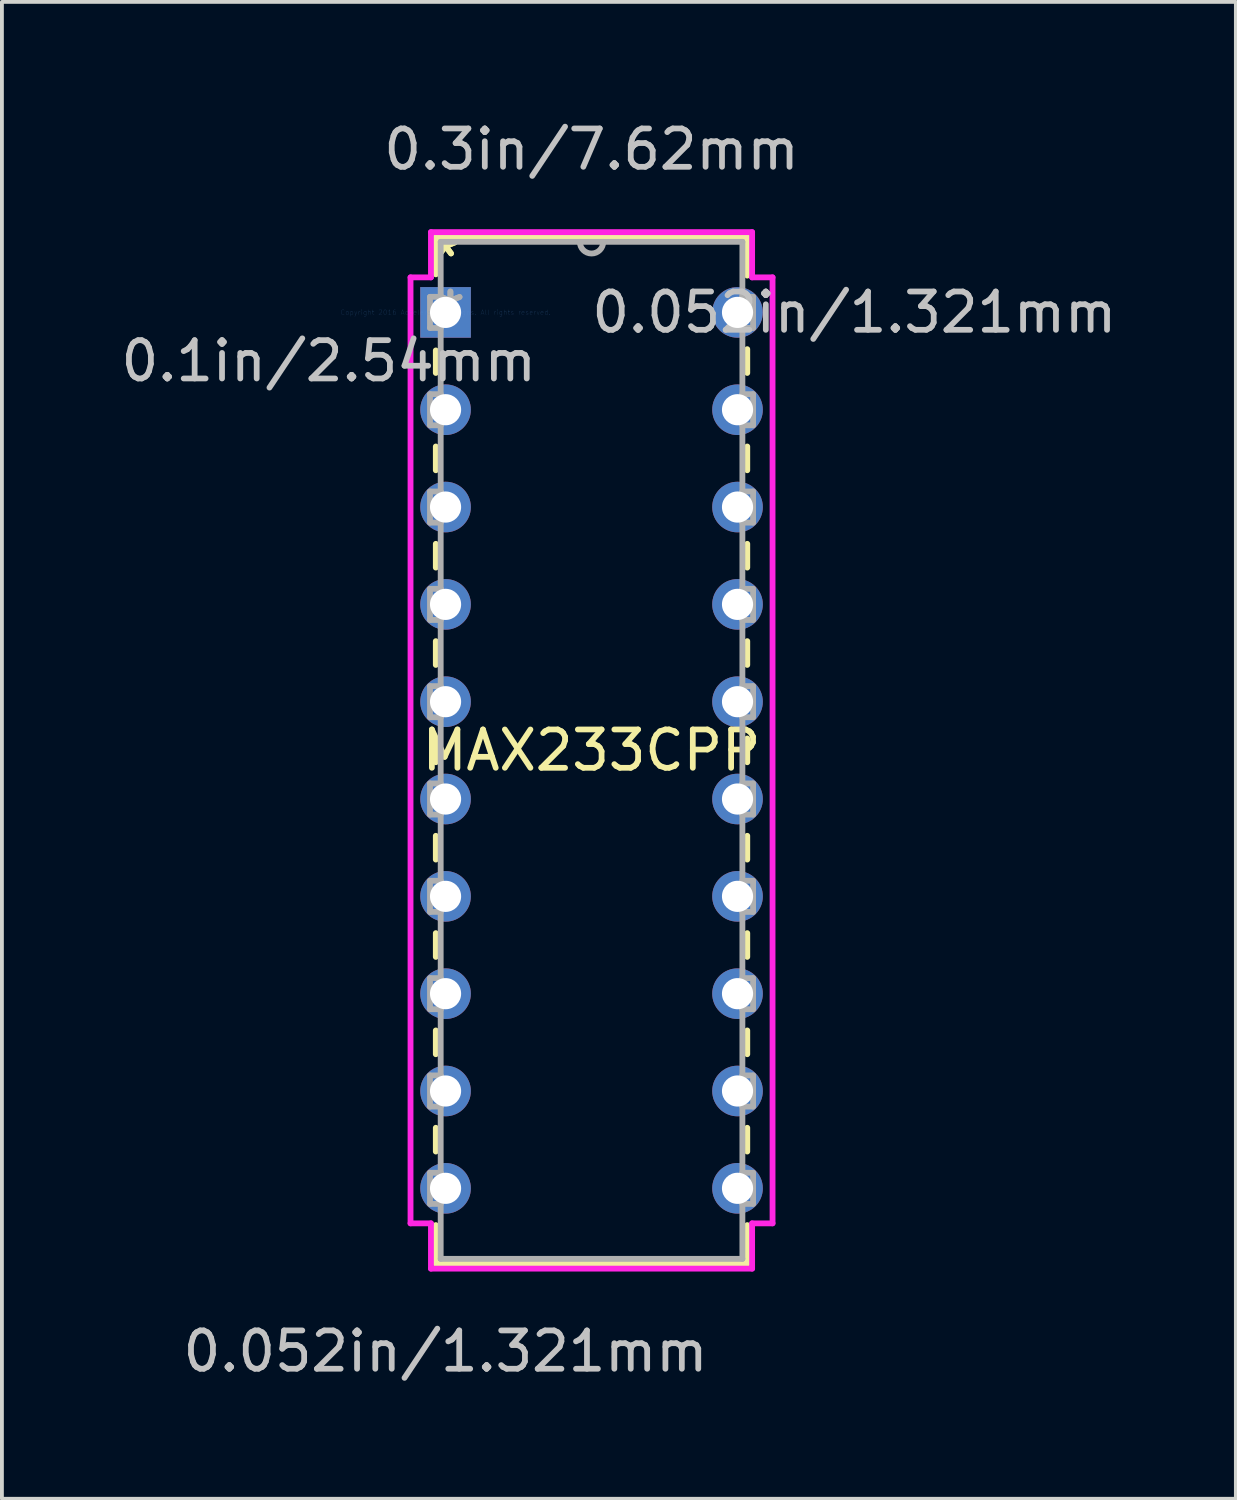
<source format=kicad_pcb>
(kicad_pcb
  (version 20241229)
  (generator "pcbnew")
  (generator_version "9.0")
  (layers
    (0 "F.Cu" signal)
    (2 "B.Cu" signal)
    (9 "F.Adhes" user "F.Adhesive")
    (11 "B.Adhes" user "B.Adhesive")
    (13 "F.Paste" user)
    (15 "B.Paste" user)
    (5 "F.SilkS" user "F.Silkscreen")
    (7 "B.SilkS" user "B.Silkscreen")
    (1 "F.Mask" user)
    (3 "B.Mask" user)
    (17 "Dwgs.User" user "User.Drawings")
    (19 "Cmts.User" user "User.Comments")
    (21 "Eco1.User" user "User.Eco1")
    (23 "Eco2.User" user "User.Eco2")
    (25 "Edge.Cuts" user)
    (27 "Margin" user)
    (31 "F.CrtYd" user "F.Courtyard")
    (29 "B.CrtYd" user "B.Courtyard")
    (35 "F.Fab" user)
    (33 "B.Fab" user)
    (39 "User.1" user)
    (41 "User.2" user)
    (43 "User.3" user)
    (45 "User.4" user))
  (footprint "MAX233CPP"
    (layer "F.Cu")
    (at 8.578 5.103)
    (property "Reference" "MAX233CPP" (at 3.81 11.43 0) (layer "F.SilkS") (effects (font (size 1 1) (thickness 0.15))))
    (attr through_hole)
    (fp_line (start -0.254 -1.968) (end -0.254 -0.993) (stroke (width 0.152) (type solid)) (layer "F.SilkS"))
    (fp_line (start -0.254 0.993) (end -0.254 1.58) (stroke (width 0.152) (type solid)) (layer "F.SilkS"))
    (fp_line (start -0.254 3.5) (end -0.254 4.12) (stroke (width 0.152) (type solid)) (layer "F.SilkS"))
    (fp_line (start -0.254 6.04) (end -0.254 6.66) (stroke (width 0.152) (type solid)) (layer "F.SilkS"))
    (fp_line (start -0.254 8.58) (end -0.254 9.2) (stroke (width 0.152) (type solid)) (layer "F.SilkS"))
    (fp_line (start -0.254 11.12) (end -0.254 11.74) (stroke (width 0.152) (type solid)) (layer "F.SilkS"))
    (fp_line (start -0.254 13.66) (end -0.254 14.28) (stroke (width 0.152) (type solid)) (layer "F.SilkS"))
    (fp_line (start -0.254 16.2) (end -0.254 16.82) (stroke (width 0.152) (type solid)) (layer "F.SilkS"))
    (fp_line (start -0.254 18.74) (end -0.254 19.36) (stroke (width 0.152) (type solid)) (layer "F.SilkS"))
    (fp_line (start -0.254 21.28) (end -0.254 21.9) (stroke (width 0.152) (type solid)) (layer "F.SilkS"))
    (fp_line (start -0.254 23.82) (end -0.254 24.828) (stroke (width 0.152) (type solid)) (layer "F.SilkS"))
    (fp_line (start -0.254 24.828) (end 7.874 24.828) (stroke (width 0.152) (type solid)) (layer "F.SilkS"))
    (fp_line (start 7.874 -1.968) (end -0.254 -1.968) (stroke (width 0.152) (type solid)) (layer "F.SilkS"))
    (fp_line (start 7.874 -0.96) (end 7.874 -1.968) (stroke (width 0.152) (type solid)) (layer "F.SilkS"))
    (fp_line (start 7.874 1.58) (end 7.874 0.96) (stroke (width 0.152) (type solid)) (layer "F.SilkS"))
    (fp_line (start 7.874 4.12) (end 7.874 3.5) (stroke (width 0.152) (type solid)) (layer "F.SilkS"))
    (fp_line (start 7.874 6.66) (end 7.874 6.04) (stroke (width 0.152) (type solid)) (layer "F.SilkS"))
    (fp_line (start 7.874 9.2) (end 7.874 8.58) (stroke (width 0.152) (type solid)) (layer "F.SilkS"))
    (fp_line (start 7.874 11.74) (end 7.874 11.12) (stroke (width 0.152) (type solid)) (layer "F.SilkS"))
    (fp_line (start 7.874 14.28) (end 7.874 13.66) (stroke (width 0.152) (type solid)) (layer "F.SilkS"))
    (fp_line (start 7.874 16.82) (end 7.874 16.2) (stroke (width 0.152) (type solid)) (layer "F.SilkS"))
    (fp_line (start 7.874 19.36) (end 7.874 18.74) (stroke (width 0.152) (type solid)) (layer "F.SilkS"))
    (fp_line (start 7.874 21.9) (end 7.874 21.28) (stroke (width 0.152) (type solid)) (layer "F.SilkS"))
    (fp_line (start 7.874 24.828) (end 7.874 23.82) (stroke (width 0.152) (type solid)) (layer "F.SilkS"))
    (fp_line (start -0.914 -0.914) (end -0.914 23.774) (stroke (width 0.152) (type solid)) (layer "F.CrtYd"))
    (fp_line (start -0.914 23.774) (end -0.381 23.774) (stroke (width 0.152) (type solid)) (layer "F.CrtYd"))
    (fp_line (start -0.381 -2.095) (end -0.381 -0.914) (stroke (width 0.152) (type solid)) (layer "F.CrtYd"))
    (fp_line (start -0.381 -0.914) (end -0.914 -0.914) (stroke (width 0.152) (type solid)) (layer "F.CrtYd"))
    (fp_line (start -0.381 23.774) (end -0.381 24.956) (stroke (width 0.152) (type solid)) (layer "F.CrtYd"))
    (fp_line (start -0.381 24.956) (end 8.001 24.956) (stroke (width 0.152) (type solid)) (layer "F.CrtYd"))
    (fp_line (start 8.001 -2.095) (end -0.381 -2.095) (stroke (width 0.152) (type solid)) (layer "F.CrtYd"))
    (fp_line (start 8.001 -0.914) (end 8.001 -2.095) (stroke (width 0.152) (type solid)) (layer "F.CrtYd"))
    (fp_line (start 8.001 23.774) (end 8.534 23.774) (stroke (width 0.152) (type solid)) (layer "F.CrtYd"))
    (fp_line (start 8.001 24.956) (end 8.001 23.774) (stroke (width 0.152) (type solid)) (layer "F.CrtYd"))
    (fp_line (start 8.534 -0.914) (end 8.001 -0.914) (stroke (width 0.152) (type solid)) (layer "F.CrtYd"))
    (fp_line (start 8.534 23.774) (end 8.534 -0.914) (stroke (width 0.152) (type solid)) (layer "F.CrtYd"))
    (fp_line (start -0.406 -0.406) (end -0.406 0.406) (stroke (width 0.152) (type solid)) (layer "F.Fab"))
    (fp_line (start -0.406 0.406) (end -0.127 0.406) (stroke (width 0.152) (type solid)) (layer "F.Fab"))
    (fp_line (start -0.406 2.134) (end -0.406 2.946) (stroke (width 0.152) (type solid)) (layer "F.Fab"))
    (fp_line (start -0.406 2.946) (end -0.127 2.946) (stroke (width 0.152) (type solid)) (layer "F.Fab"))
    (fp_line (start -0.406 4.674) (end -0.406 5.486) (stroke (width 0.152) (type solid)) (layer "F.Fab"))
    (fp_line (start -0.406 5.486) (end -0.127 5.486) (stroke (width 0.152) (type solid)) (layer "F.Fab"))
    (fp_line (start -0.406 7.214) (end -0.406 8.026) (stroke (width 0.152) (type solid)) (layer "F.Fab"))
    (fp_line (start -0.406 8.026) (end -0.127 8.026) (stroke (width 0.152) (type solid)) (layer "F.Fab"))
    (fp_line (start -0.406 9.754) (end -0.406 10.566) (stroke (width 0.152) (type solid)) (layer "F.Fab"))
    (fp_line (start -0.406 10.566) (end -0.127 10.566) (stroke (width 0.152) (type solid)) (layer "F.Fab"))
    (fp_line (start -0.406 12.294) (end -0.406 13.106) (stroke (width 0.152) (type solid)) (layer "F.Fab"))
    (fp_line (start -0.406 13.106) (end -0.127 13.106) (stroke (width 0.152) (type solid)) (layer "F.Fab"))
    (fp_line (start -0.406 14.834) (end -0.406 15.646) (stroke (width 0.152) (type solid)) (layer "F.Fab"))
    (fp_line (start -0.406 15.646) (end -0.127 15.646) (stroke (width 0.152) (type solid)) (layer "F.Fab"))
    (fp_line (start -0.406 17.374) (end -0.406 18.186) (stroke (width 0.152) (type solid)) (layer "F.Fab"))
    (fp_line (start -0.406 18.186) (end -0.127 18.186) (stroke (width 0.152) (type solid)) (layer "F.Fab"))
    (fp_line (start -0.406 19.914) (end -0.406 20.726) (stroke (width 0.152) (type solid)) (layer "F.Fab"))
    (fp_line (start -0.406 20.726) (end -0.127 20.726) (stroke (width 0.152) (type solid)) (layer "F.Fab"))
    (fp_line (start -0.406 22.454) (end -0.406 23.266) (stroke (width 0.152) (type solid)) (layer "F.Fab"))
    (fp_line (start -0.406 23.266) (end -0.127 23.266) (stroke (width 0.152) (type solid)) (layer "F.Fab"))
    (fp_line (start -0.127 -1.841) (end -0.127 24.701) (stroke (width 0.152) (type solid)) (layer "F.Fab"))
    (fp_line (start -0.127 -0.406) (end -0.406 -0.406) (stroke (width 0.152) (type solid)) (layer "F.Fab"))
    (fp_line (start -0.127 0.406) (end -0.127 -0.406) (stroke (width 0.152) (type solid)) (layer "F.Fab"))
    (fp_line (start -0.127 2.134) (end -0.406 2.134) (stroke (width 0.152) (type solid)) (layer "F.Fab"))
    (fp_line (start -0.127 2.946) (end -0.127 2.134) (stroke (width 0.152) (type solid)) (layer "F.Fab"))
    (fp_line (start -0.127 4.674) (end -0.406 4.674) (stroke (width 0.152) (type solid)) (layer "F.Fab"))
    (fp_line (start -0.127 5.486) (end -0.127 4.674) (stroke (width 0.152) (type solid)) (layer "F.Fab"))
    (fp_line (start -0.127 7.214) (end -0.406 7.214) (stroke (width 0.152) (type solid)) (layer "F.Fab"))
    (fp_line (start -0.127 8.026) (end -0.127 7.214) (stroke (width 0.152) (type solid)) (layer "F.Fab"))
    (fp_line (start -0.127 9.754) (end -0.406 9.754) (stroke (width 0.152) (type solid)) (layer "F.Fab"))
    (fp_line (start -0.127 10.566) (end -0.127 9.754) (stroke (width 0.152) (type solid)) (layer "F.Fab"))
    (fp_line (start -0.127 12.294) (end -0.406 12.294) (stroke (width 0.152) (type solid)) (layer "F.Fab"))
    (fp_line (start -0.127 13.106) (end -0.127 12.294) (stroke (width 0.152) (type solid)) (layer "F.Fab"))
    (fp_line (start -0.127 14.834) (end -0.406 14.834) (stroke (width 0.152) (type solid)) (layer "F.Fab"))
    (fp_line (start -0.127 15.646) (end -0.127 14.834) (stroke (width 0.152) (type solid)) (layer "F.Fab"))
    (fp_line (start -0.127 17.374) (end -0.406 17.374) (stroke (width 0.152) (type solid)) (layer "F.Fab"))
    (fp_line (start -0.127 18.186) (end -0.127 17.374) (stroke (width 0.152) (type solid)) (layer "F.Fab"))
    (fp_line (start -0.127 19.914) (end -0.406 19.914) (stroke (width 0.152) (type solid)) (layer "F.Fab"))
    (fp_line (start -0.127 20.726) (end -0.127 19.914) (stroke (width 0.152) (type solid)) (layer "F.Fab"))
    (fp_line (start -0.127 22.454) (end -0.406 22.454) (stroke (width 0.152) (type solid)) (layer "F.Fab"))
    (fp_line (start -0.127 23.266) (end -0.127 22.454) (stroke (width 0.152) (type solid)) (layer "F.Fab"))
    (fp_line (start -0.127 24.701) (end 7.747 24.701) (stroke (width 0.152) (type solid)) (layer "F.Fab"))
    (fp_line (start 7.747 -1.841) (end -0.127 -1.841) (stroke (width 0.152) (type solid)) (layer "F.Fab"))
    (fp_line (start 7.747 -0.406) (end 7.747 0.406) (stroke (width 0.152) (type solid)) (layer "F.Fab"))
    (fp_line (start 7.747 0.406) (end 8.026 0.406) (stroke (width 0.152) (type solid)) (layer "F.Fab"))
    (fp_line (start 7.747 2.134) (end 7.747 2.946) (stroke (width 0.152) (type solid)) (layer "F.Fab"))
    (fp_line (start 7.747 2.946) (end 8.026 2.946) (stroke (width 0.152) (type solid)) (layer "F.Fab"))
    (fp_line (start 7.747 4.674) (end 7.747 5.486) (stroke (width 0.152) (type solid)) (layer "F.Fab"))
    (fp_line (start 7.747 5.486) (end 8.026 5.486) (stroke (width 0.152) (type solid)) (layer "F.Fab"))
    (fp_line (start 7.747 7.214) (end 7.747 8.026) (stroke (width 0.152) (type solid)) (layer "F.Fab"))
    (fp_line (start 7.747 8.026) (end 8.026 8.026) (stroke (width 0.152) (type solid)) (layer "F.Fab"))
    (fp_line (start 7.747 9.754) (end 7.747 10.566) (stroke (width 0.152) (type solid)) (layer "F.Fab"))
    (fp_line (start 7.747 10.566) (end 8.026 10.566) (stroke (width 0.152) (type solid)) (layer "F.Fab"))
    (fp_line (start 7.747 12.294) (end 7.747 13.106) (stroke (width 0.152) (type solid)) (layer "F.Fab"))
    (fp_line (start 7.747 13.106) (end 8.026 13.106) (stroke (width 0.152) (type solid)) (layer "F.Fab"))
    (fp_line (start 7.747 14.834) (end 7.747 15.646) (stroke (width 0.152) (type solid)) (layer "F.Fab"))
    (fp_line (start 7.747 15.646) (end 8.026 15.646) (stroke (width 0.152) (type solid)) (layer "F.Fab"))
    (fp_line (start 7.747 17.374) (end 7.747 18.186) (stroke (width 0.152) (type solid)) (layer "F.Fab"))
    (fp_line (start 7.747 18.186) (end 8.026 18.186) (stroke (width 0.152) (type solid)) (layer "F.Fab"))
    (fp_line (start 7.747 19.914) (end 7.747 20.726) (stroke (width 0.152) (type solid)) (layer "F.Fab"))
    (fp_line (start 7.747 20.726) (end 8.026 20.726) (stroke (width 0.152) (type solid)) (layer "F.Fab"))
    (fp_line (start 7.747 22.454) (end 7.747 23.266) (stroke (width 0.152) (type solid)) (layer "F.Fab"))
    (fp_line (start 7.747 23.266) (end 8.026 23.266) (stroke (width 0.152) (type solid)) (layer "F.Fab"))
    (fp_line (start 7.747 24.701) (end 7.747 -1.841) (stroke (width 0.152) (type solid)) (layer "F.Fab"))
    (fp_line (start 8.026 -0.406) (end 7.747 -0.406) (stroke (width 0.152) (type solid)) (layer "F.Fab"))
    (fp_line (start 8.026 0.406) (end 8.026 -0.406) (stroke (width 0.152) (type solid)) (layer "F.Fab"))
    (fp_line (start 8.026 2.134) (end 7.747 2.134) (stroke (width 0.152) (type solid)) (layer "F.Fab"))
    (fp_line (start 8.026 2.946) (end 8.026 2.134) (stroke (width 0.152) (type solid)) (layer "F.Fab"))
    (fp_line (start 8.026 4.674) (end 7.747 4.674) (stroke (width 0.152) (type solid)) (layer "F.Fab"))
    (fp_line (start 8.026 5.486) (end 8.026 4.674) (stroke (width 0.152) (type solid)) (layer "F.Fab"))
    (fp_line (start 8.026 7.214) (end 7.747 7.214) (stroke (width 0.152) (type solid)) (layer "F.Fab"))
    (fp_line (start 8.026 8.026) (end 8.026 7.214) (stroke (width 0.152) (type solid)) (layer "F.Fab"))
    (fp_line (start 8.026 9.754) (end 7.747 9.754) (stroke (width 0.152) (type solid)) (layer "F.Fab"))
    (fp_line (start 8.026 10.566) (end 8.026 9.754) (stroke (width 0.152) (type solid)) (layer "F.Fab"))
    (fp_line (start 8.026 12.294) (end 7.747 12.294) (stroke (width 0.152) (type solid)) (layer "F.Fab"))
    (fp_line (start 8.026 13.106) (end 8.026 12.294) (stroke (width 0.152) (type solid)) (layer "F.Fab"))
    (fp_line (start 8.026 14.834) (end 7.747 14.834) (stroke (width 0.152) (type solid)) (layer "F.Fab"))
    (fp_line (start 8.026 15.646) (end 8.026 14.834) (stroke (width 0.152) (type solid)) (layer "F.Fab"))
    (fp_line (start 8.026 17.374) (end 7.747 17.374) (stroke (width 0.152) (type solid)) (layer "F.Fab"))
    (fp_line (start 8.026 18.186) (end 8.026 17.374) (stroke (width 0.152) (type solid)) (layer "F.Fab"))
    (fp_line (start 8.026 19.914) (end 7.747 19.914) (stroke (width 0.152) (type solid)) (layer "F.Fab"))
    (fp_line (start 8.026 20.726) (end 8.026 19.914) (stroke (width 0.152) (type solid)) (layer "F.Fab"))
    (fp_line (start 8.026 22.454) (end 7.747 22.454) (stroke (width 0.152) (type solid)) (layer "F.Fab"))
    (fp_line (start 8.026 23.266) (end 8.026 22.454) (stroke (width 0.152) (type solid)) (layer "F.Fab"))
    (fp_arc (start 4.1148 -1.8415) (mid 3.81 -1.5367) (end 3.5052 -1.8415) (stroke (width 0.1524) (type solid)) (layer "F.Fab"))
    (fp_text user "*" (at 0 -1.422 0) (layer "F.SilkS") (effects (font (size 1 1) (thickness 0.15))))
    (fp_text user "*" (at 0 -1.422 0) (layer "F.SilkS") (effects (font (size 1 1) (thickness 0.15))))
    (fp_text user "0.1in/2.54mm" (at -3.048 1.27 0) (layer "Dwgs.User") (effects (font (size 1 1) (thickness 0.15))))
    (fp_text user "0.052in/1.321mm" (at 10.668 0 0) (layer "Dwgs.User") (effects (font (size 1 1) (thickness 0.15))))
    (fp_text user "0.052in/1.321mm" (at 0 27.114 0) (layer "Dwgs.User") (effects (font (size 1 1) (thickness 0.15))))
    (fp_text user "0.3in/7.62mm" (at 3.81 -4.255 0) (layer "Dwgs.User") (effects (font (size 1 1) (thickness 0.15))))
    (fp_text user "Copyright 2016 Accelerated Designs. All rights reserved." (at 0 0 0) (layer "Cmts.User") (effects (font (size 0.127 0.127) (thickness 0.002))))
    (fp_text user "*" (at 0.127 0 0) (layer "F.Fab") (effects (font (size 1 1) (thickness 0.15))))
    (fp_text user "*" (at 0.127 0 0) (layer "F.Fab") (effects (font (size 1 1) (thickness 0.15))))
    (pad "1" thru_hole rect (at 0 0) (size 1.321 1.321) (drill 0.813) (layers "*.Cu" "*.Mask"))
    (pad "2" thru_hole circle (at 0 2.54) (size 1.321 1.321) (drill 0.813) (layers "*.Cu" "*.Mask"))
    (pad "3" thru_hole circle (at 0 5.08) (size 1.321 1.321) (drill 0.813) (layers "*.Cu" "*.Mask"))
    (pad "4" thru_hole circle (at 0 7.62) (size 1.321 1.321) (drill 0.813) (layers "*.Cu" "*.Mask"))
    (pad "5" thru_hole circle (at 0 10.16) (size 1.321 1.321) (drill 0.813) (layers "*.Cu" "*.Mask"))
    (pad "6" thru_hole circle (at 0 12.7) (size 1.321 1.321) (drill 0.813) (layers "*.Cu" "*.Mask"))
    (pad "7" thru_hole circle (at 0 15.24) (size 1.321 1.321) (drill 0.813) (layers "*.Cu" "*.Mask"))
    (pad "8" thru_hole circle (at 0 17.78) (size 1.321 1.321) (drill 0.813) (layers "*.Cu" "*.Mask"))
    (pad "9" thru_hole circle (at 0 20.32) (size 1.321 1.321) (drill 0.813) (layers "*.Cu" "*.Mask"))
    (pad "10" thru_hole circle (at 0 22.86) (size 1.321 1.321) (drill 0.813) (layers "*.Cu" "*.Mask"))
    (pad "11" thru_hole circle (at 7.62 22.86) (size 1.321 1.321) (drill 0.813) (layers "*.Cu" "*.Mask"))
    (pad "12" thru_hole circle (at 7.62 20.32) (size 1.321 1.321) (drill 0.813) (layers "*.Cu" "*.Mask"))
    (pad "13" thru_hole circle (at 7.62 17.78) (size 1.321 1.321) (drill 0.813) (layers "*.Cu" "*.Mask"))
    (pad "14" thru_hole circle (at 7.62 15.24) (size 1.321 1.321) (drill 0.813) (layers "*.Cu" "*.Mask"))
    (pad "15" thru_hole circle (at 7.62 12.7) (size 1.321 1.321) (drill 0.813) (layers "*.Cu" "*.Mask"))
    (pad "16" thru_hole circle (at 7.62 10.16) (size 1.321 1.321) (drill 0.813) (layers "*.Cu" "*.Mask"))
    (pad "17" thru_hole circle (at 7.62 7.62) (size 1.321 1.321) (drill 0.813) (layers "*.Cu" "*.Mask"))
    (pad "18" thru_hole circle (at 7.62 5.08) (size 1.321 1.321) (drill 0.813) (layers "*.Cu" "*.Mask"))
    (pad "19" thru_hole circle (at 7.62 2.54) (size 1.321 1.321) (drill 0.813) (layers "*.Cu" "*.Mask"))
    (pad "20" thru_hole circle (at 7.62 0) (size 1.321 1.321) (drill 0.813) (layers "*.Cu" "*.Mask")))
  (gr_rect
    (start -3 -3)
    (end 29.204 36.066)
    (stroke (width 0.1) (type default))
    (fill no)
    (layer "Edge.Cuts")))
</source>
